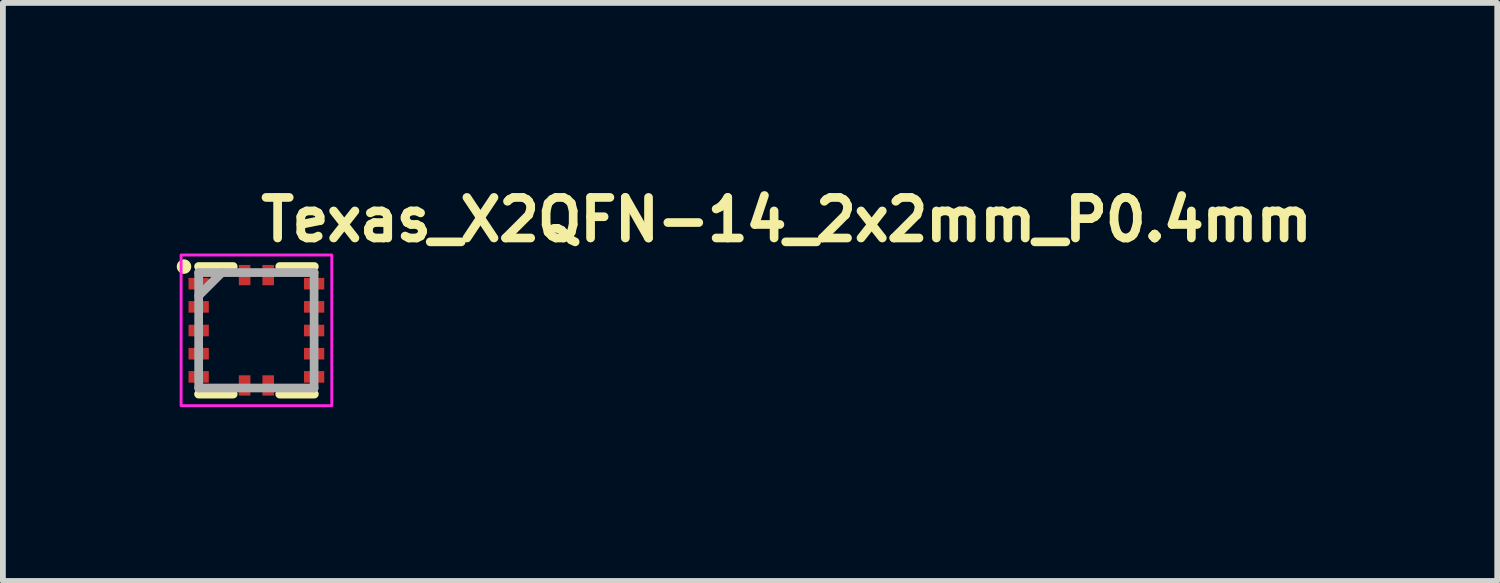
<source format=kicad_pcb>
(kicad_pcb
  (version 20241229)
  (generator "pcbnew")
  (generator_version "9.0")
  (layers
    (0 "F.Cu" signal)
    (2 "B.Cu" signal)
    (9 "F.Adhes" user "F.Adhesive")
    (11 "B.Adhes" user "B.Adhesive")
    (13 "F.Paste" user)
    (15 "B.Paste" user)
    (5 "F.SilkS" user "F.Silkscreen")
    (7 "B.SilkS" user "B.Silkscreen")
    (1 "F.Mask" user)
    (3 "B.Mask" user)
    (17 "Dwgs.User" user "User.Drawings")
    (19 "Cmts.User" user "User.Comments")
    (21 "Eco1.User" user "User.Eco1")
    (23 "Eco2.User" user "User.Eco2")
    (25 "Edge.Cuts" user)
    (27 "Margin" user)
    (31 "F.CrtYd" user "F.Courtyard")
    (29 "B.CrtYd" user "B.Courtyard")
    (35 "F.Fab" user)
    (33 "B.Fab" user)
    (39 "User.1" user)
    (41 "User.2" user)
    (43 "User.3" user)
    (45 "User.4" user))
  (footprint "Texas_X2QFN-14_2x2mm_P0.4mm"
    (layer "F.Cu")
    (at 1.375 2.65)
    (property "Reference" "Texas_X2QFN-14_2x2mm_P0.4mm" (at 0 -1.5 0) (layer "F.SilkS") (effects (font (size 0.7 0.7) (thickness 0.15)) (justify left bottom)))
    (attr smd)
    (fp_line (start -0.401 -1.101) (end -0.999 -1.101) (stroke (width 0.15) (type solid)) (layer "F.SilkS"))
    (fp_line (start -0.401 1.1) (end -0.999 1.1) (stroke (width 0.15) (type solid)) (layer "F.SilkS"))
    (fp_line (start 0.999 -1.101) (end 0.401 -1.101) (stroke (width 0.15) (type solid)) (layer "F.SilkS"))
    (fp_line (start 0.999 1.1) (end 0.401 1.1) (stroke (width 0.15) (type solid)) (layer "F.SilkS"))
    (fp_circle (center -1.25 -1.1) (end -1.2 -1.1) (stroke (width 0.15) (type solid)) (fill yes) (layer "F.SilkS"))
    (fp_rect (start -1.3 -1.3) (end 1.3 1.3) (stroke (width 0.05) (type solid)) (fill no) (layer "F.CrtYd"))
    (fp_line (start -0.997 -0.997) (end 0.995 -0.997) (stroke (width 0.15) (type solid)) (layer "F.Fab"))
    (fp_line (start -0.997 -0.597) (end -0.597 -0.997) (stroke (width 0.15) (type solid)) (layer "F.Fab"))
    (fp_line (start -0.997 0.995) (end -0.997 -0.997) (stroke (width 0.15) (type solid)) (layer "F.Fab"))
    (fp_line (start 0.995 -0.997) (end 0.995 0.995) (stroke (width 0.15) (type solid)) (layer "F.Fab"))
    (fp_line (start 0.995 0.995) (end -0.997 0.995) (stroke (width 0.15) (type solid)) (layer "F.Fab"))
    (fp_rect (start -0.997 -0.997) (end 0.995 0.995) (stroke (width 0.1) (type solid)) (fill no) (layer "User.5"))
    (fp_rect (start -0.997 -0.997) (end 0.995 0.995) (stroke (width 0.1) (type solid)) (fill no) (layer "User.5"))
    (fp_rect (start -0.997 -0.997) (end 0.995 0.995) (stroke (width 0.1) (type solid)) (fill no) (layer "User.5"))
    (fp_rect (start -0.997 -0.997) (end 0.995 0.995) (stroke (width 0.1) (type solid)) (fill no) (layer "User.5"))
    (fp_line (start -0.997 -0.997) (end -0.997 0.995) (stroke (width 0.02) (type solid)) (layer "User.9"))
    (fp_line (start -0.997 0.995) (end 0.995 0.995) (stroke (width 0.02) (type solid)) (layer "User.9"))
    (fp_line (start 0.995 -0.997) (end -0.997 -0.997) (stroke (width 0.02) (type solid)) (layer "User.9"))
    (fp_line (start 0.995 0.995) (end 0.995 -0.997) (stroke (width 0.02) (type solid)) (layer "User.9"))
    (pad "1" smd rect (at -0.997 -0.805 90) (size 0.2 0.35) (layers "F.Cu" "F.Mask" "F.Paste"))
    (pad "2" smd rect (at -0.997 -0.405 90) (size 0.2 0.35) (layers "F.Cu" "F.Mask" "F.Paste"))
    (pad "3" smd rect (at -0.997 0.003 90) (size 0.2 0.35) (layers "F.Cu" "F.Mask" "F.Paste"))
    (pad "4" smd rect (at -0.997 0.403 90) (size 0.2 0.35) (layers "F.Cu" "F.Mask" "F.Paste"))
    (pad "5" smd rect (at -0.997 0.803 90) (size 0.2 0.35) (layers "F.Cu" "F.Mask" "F.Paste"))
    (pad "6" smd rect (at -0.204 0.951) (size 0.2 0.35) (layers "F.Cu" "F.Mask" "F.Paste"))
    (pad "7" smd rect (at 0.203 0.951) (size 0.2 0.35) (layers "F.Cu" "F.Mask" "F.Paste"))
    (pad "8" smd rect (at 0.995 0.803 90) (size 0.2 0.35) (layers "F.Cu" "F.Mask" "F.Paste"))
    (pad "9" smd rect (at 0.995 0.403 90) (size 0.2 0.35) (layers "F.Cu" "F.Mask" "F.Paste"))
    (pad "10" smd rect (at 0.995 0.003 90) (size 0.2 0.35) (layers "F.Cu" "F.Mask" "F.Paste"))
    (pad "11" smd rect (at 0.995 -0.405 90) (size 0.2 0.35) (layers "F.Cu" "F.Mask" "F.Paste"))
    (pad "12" smd rect (at 0.995 -0.805 90) (size 0.2 0.35) (layers "F.Cu" "F.Mask" "F.Paste"))
    (pad "13" smd rect (at 0.203 -0.953) (size 0.2 0.35) (layers "F.Cu" "F.Mask" "F.Paste"))
    (pad "14" smd rect (at -0.204 -0.953) (size 0.2 0.35) (layers "F.Cu" "F.Mask" "F.Paste")))
  (gr_rect
    (start -3 -3)
    (end 22.785 6.975)
    (stroke (width 0.1) (type default))
    (fill no)
    (layer "Edge.Cuts")))
</source>
